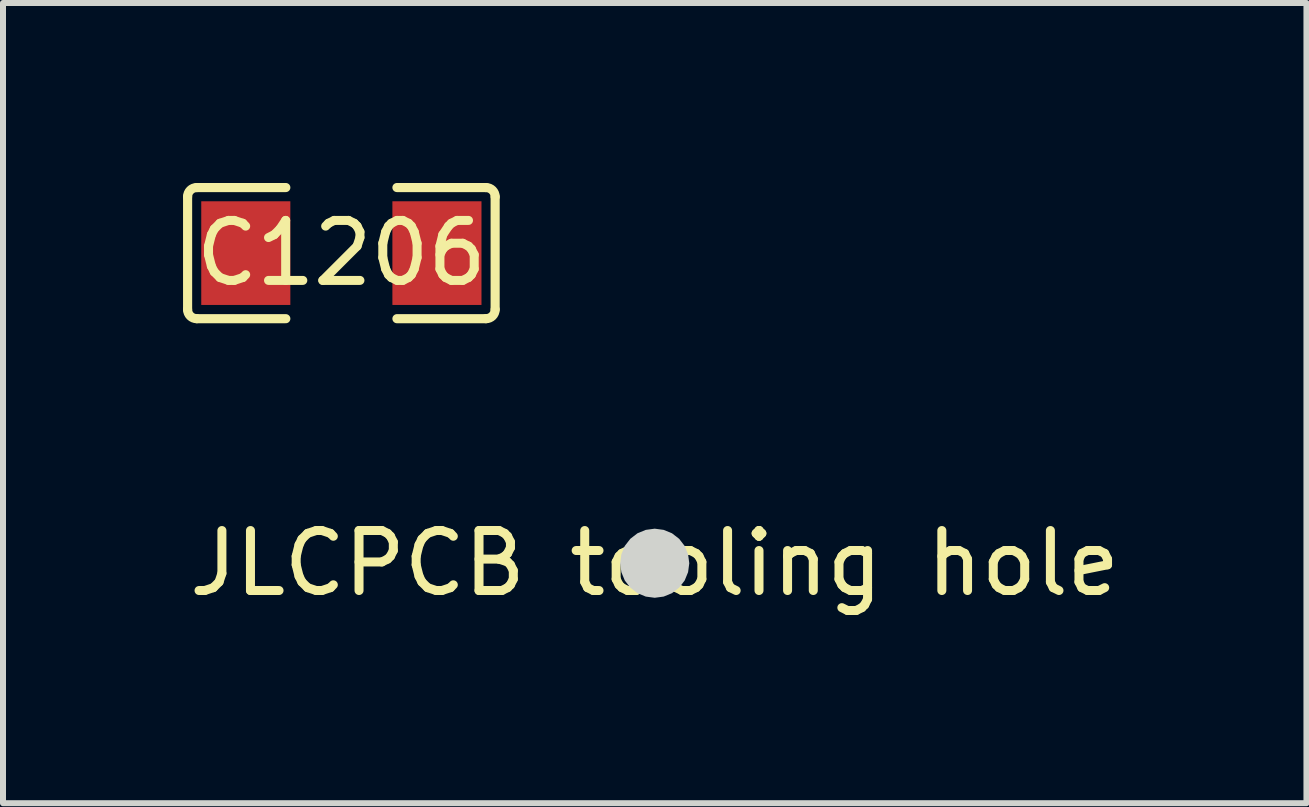
<source format=kicad_pcb>
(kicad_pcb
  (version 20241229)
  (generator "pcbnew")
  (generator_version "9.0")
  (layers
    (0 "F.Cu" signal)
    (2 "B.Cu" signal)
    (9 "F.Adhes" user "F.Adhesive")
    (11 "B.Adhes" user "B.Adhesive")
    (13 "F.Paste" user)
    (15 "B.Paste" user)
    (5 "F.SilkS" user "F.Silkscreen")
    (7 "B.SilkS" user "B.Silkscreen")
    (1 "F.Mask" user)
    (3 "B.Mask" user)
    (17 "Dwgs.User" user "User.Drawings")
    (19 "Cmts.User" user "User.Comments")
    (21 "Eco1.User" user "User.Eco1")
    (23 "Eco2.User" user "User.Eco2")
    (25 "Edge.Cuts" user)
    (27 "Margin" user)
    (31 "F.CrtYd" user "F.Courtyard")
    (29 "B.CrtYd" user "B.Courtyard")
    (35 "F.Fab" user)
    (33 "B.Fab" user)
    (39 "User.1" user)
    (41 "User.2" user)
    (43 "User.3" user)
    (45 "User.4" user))
  (footprint "C1206"
    (layer "F.Cu")
    (at 2.64 1.169)
    (property "Reference" "C1206" (at 0 0 0) (layer "F.SilkS") (effects (font (size 1 1) (thickness 0.15))))
    (fp_line (start -2.563 0.94) (end -2.563 -0.94) (stroke (width 0.152) (type default)) (layer "F.SilkS"))
    (fp_line (start -2.411 -1.093) (end -0.926 -1.093) (stroke (width 0.152) (type default)) (layer "F.SilkS"))
    (fp_line (start -0.926 1.093) (end -2.411 1.093) (stroke (width 0.152) (type default)) (layer "F.SilkS"))
    (fp_line (start 0.926 1.093) (end 2.411 1.093) (stroke (width 0.152) (type default)) (layer "F.SilkS"))
    (fp_line (start 2.411 -1.093) (end 0.926 -1.093) (stroke (width 0.152) (type default)) (layer "F.SilkS"))
    (fp_line (start 2.563 0.94) (end 2.563 -0.94) (stroke (width 0.152) (type default)) (layer "F.SilkS"))
    (fp_arc (start -2.5635 -0.94) (mid -2.518834 -1.047834) (end -2.411 -1.0925) (stroke (width 0.1525) (type default)) (layer "F.SilkS"))
    (fp_arc (start -2.411 1.0925) (mid -2.518834 1.047834) (end -2.5635 0.94) (stroke (width 0.1525) (type default)) (layer "F.SilkS"))
    (fp_arc (start 2.411 -1.0925) (mid 2.518834 -1.047834) (end 2.5635 -0.94) (stroke (width 0.1525) (type default)) (layer "F.SilkS"))
    (fp_arc (start 2.5635 0.94) (mid 2.518834 1.047834) (end 2.411 1.0925) (stroke (width 0.1525) (type default)) (layer "F.SilkS"))
    (fp_poly (pts (xy -0.85 0.764) (xy -0.85 0.394) (xy -0.95 0.294) (xy -1.255 0.294) (xy -1.355 0.194) (xy -1.355 -0.194) (xy -1.255 -0.294) (xy -0.95 -0.294) (xy -0.85 -0.394) (xy -0.85 -0.764) (xy -0.95 -0.864) (xy -2.235 -0.864) (xy -2.335 -0.764) (xy -2.335 0.764) (xy -2.235 0.864) (xy -0.95 0.864)) (stroke (width 0) (type default)) (fill yes) (layer "F.Paste"))
    (fp_poly (pts (xy 0.85 0.764) (xy 0.85 0.394) (xy 0.95 0.294) (xy 1.255 0.294) (xy 1.355 0.194) (xy 1.355 -0.194) (xy 1.255 -0.294) (xy 0.95 -0.294) (xy 0.85 -0.394) (xy 0.85 -0.764) (xy 0.95 -0.864) (xy 2.235 -0.864) (xy 2.335 -0.764) (xy 2.335 0.764) (xy 2.235 0.864) (xy 0.95 0.864)) (stroke (width 0) (type default)) (fill yes) (layer "F.Paste"))
    (fp_poly (pts (xy -1.6 0.8) (xy -1.6 -0.8) (xy -1.1 -0.8) (xy -1.1 0.8)) (stroke (width 0.1) (type default)) (fill no) (layer "User.1"))
    (fp_poly (pts (xy 1.6 0.8) (xy 1.6 -0.8) (xy 1.1 -0.8) (xy 1.1 0.8)) (stroke (width 0.1) (type default)) (fill no) (layer "User.1"))
    (fp_line (start -1.6 -0.8) (end 1.6 -0.8) (stroke (width 0.051) (type default)) (layer "User.2"))
    (fp_line (start -1.6 0.8) (end -1.6 -0.8) (stroke (width 0.051) (type default)) (layer "User.2"))
    (fp_line (start 1.6 -0.8) (end 1.6 0.8) (stroke (width 0.051) (type default)) (layer "User.2"))
    (fp_line (start 1.6 0.8) (end -1.6 0.8) (stroke (width 0.051) (type default)) (layer "User.2"))
    (fp_poly (pts (xy -1.54 0.8) (xy -1.558 0.758) (xy -1.6 0.74) (xy -1.642 0.758) (xy -1.66 0.8) (xy -1.642 0.842) (xy -1.6 0.86) (xy -1.558 0.842)) (stroke (width 0.1) (type default)) (fill no) (layer "User.3"))
    (pad "1" smd rect (at -1.593 0) (size 1.485 1.728) (layers "F.Cu" "F.Mask" "F.Paste"))
    (pad "2" smd rect (at 1.593 0) (size 1.485 1.728) (layers "F.Cu" "F.Mask" "F.Paste")))
  (footprint "JLCPCB tooling hole"
    (layer "F.Cu")
    (at 7.863 6.338)
    (property "Reference" "JLCPCB tooling hole" (at 0 0 0) (layer "F.SilkS") (effects (font (size 1 1) (thickness 0.15))))
    (fp_poly (pts (xy 0.576 0) (xy 0.556 -0.149) (xy 0.499 -0.288) (xy 0.407 -0.407) (xy 0.288 -0.499) (xy 0.149 -0.556) (xy 0 -0.576) (xy -0.149 -0.556) (xy -0.288 -0.499) (xy -0.407 -0.407) (xy -0.499 -0.288) (xy -0.556 -0.149) (xy -0.576 0) (xy -0.556 0.149) (xy -0.499 0.288) (xy -0.407 0.407) (xy -0.288 0.499) (xy -0.149 0.556) (xy 0 0.576) (xy 0.149 0.556) (xy 0.288 0.499) (xy 0.407 0.407) (xy 0.499 0.288) (xy 0.556 0.149)) (stroke (width 0) (type default)) (fill yes) (layer "Edge.Cuts"))
    (zone (net_name "") (layer "Edge.Cuts") (hatch edge 0.5) (connect_pads) (min_thickness 0.25) (filled_areas_thickness no) (keepout (tracks not_allowed) (vias not_allowed) (pads not_allowed) (copperpour not_allowed) (footprints not_allowed)) (placement (enabled no)) (fill) (polygon (pts (xy 8.058 5.357) (xy 8.246 5.414) (xy 8.419 5.506) (xy 8.57 5.63) (xy 8.695 5.782) (xy 8.787 5.955) (xy 8.844 6.142) (xy 8.863 6.338) (xy 8.844 6.533) (xy 8.787 6.72) (xy 8.695 6.893) (xy 8.57 7.045) (xy 8.419 7.169) (xy 8.246 7.261) (xy 8.058 7.318) (xy 7.863 7.338) (xy 7.668 7.318) (xy 7.48 7.261) (xy 7.308 7.169) (xy 7.156 7.045) (xy 7.032 6.893) (xy 6.939 6.72) (xy 6.882 6.533) (xy 6.863 6.338) (xy 6.882 6.142) (xy 6.939 5.955) (xy 7.032 5.782) (xy 7.156 5.63) (xy 7.308 5.506) (xy 7.48 5.414) (xy 7.668 5.357) (xy 7.863 5.338)))))
  (gr_rect
    (start -3 -3)
    (end 18.726 10.338)
    (stroke (width 0.1) (type default))
    (fill no)
    (layer "Edge.Cuts")))
</source>
